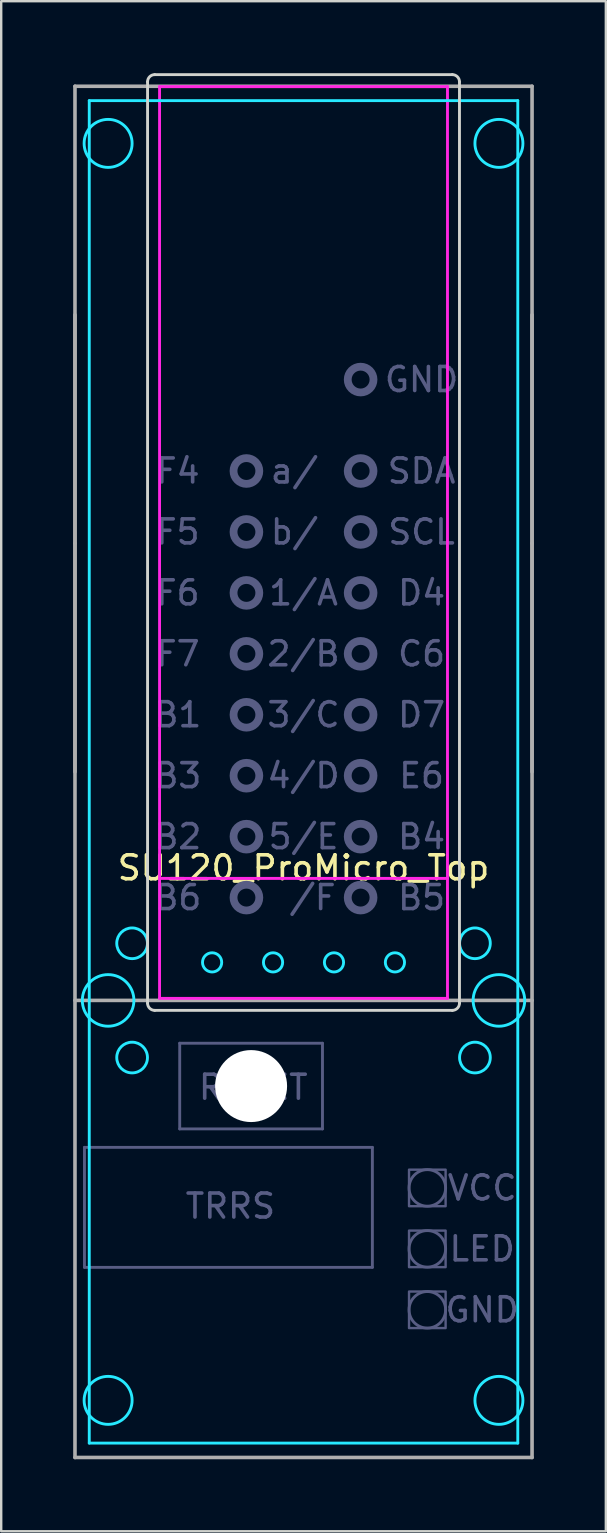
<source format=kicad_pcb>
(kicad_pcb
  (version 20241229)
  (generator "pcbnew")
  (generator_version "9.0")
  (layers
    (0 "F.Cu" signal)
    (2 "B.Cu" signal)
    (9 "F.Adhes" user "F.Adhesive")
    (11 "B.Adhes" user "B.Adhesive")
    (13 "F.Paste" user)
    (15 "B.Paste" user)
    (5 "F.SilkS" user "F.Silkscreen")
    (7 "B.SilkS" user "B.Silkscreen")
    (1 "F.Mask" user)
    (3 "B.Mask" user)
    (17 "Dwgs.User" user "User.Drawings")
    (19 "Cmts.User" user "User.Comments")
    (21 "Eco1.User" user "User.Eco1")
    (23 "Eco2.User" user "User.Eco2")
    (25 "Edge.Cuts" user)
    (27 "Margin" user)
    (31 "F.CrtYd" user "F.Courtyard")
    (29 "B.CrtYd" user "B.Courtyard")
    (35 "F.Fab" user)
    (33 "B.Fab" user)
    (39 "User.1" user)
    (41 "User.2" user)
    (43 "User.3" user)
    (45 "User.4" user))
  (footprint "SU120_ProMicro_Top"
    (layer "F.Cu")
    (at 9.6 29.12)
    (property "Reference" "SU120_ProMicro_Top" (at 0 4 0) (layer "F.SilkS") (effects (font (size 1 1) (thickness 0.15))))
    (attr through_hole)
    (fp_line (start -6.5 9.64) (end -6.5 -28.76) (stroke (width 0.12) (type solid)) (layer "Edge.Cuts"))
    (fp_line (start -6.2 -29.06) (end 6.2 -29.06) (stroke (width 0.12) (type solid)) (layer "Edge.Cuts"))
    (fp_line (start 6.2 9.94) (end -6.2 9.94) (stroke (width 0.12) (type solid)) (layer "Edge.Cuts"))
    (fp_line (start 6.5 -28.76) (end 6.5 9.64) (stroke (width 0.12) (type solid)) (layer "Edge.Cuts"))
    (fp_arc (start -6.5 -28.76) (mid -6.412132 -28.972132) (end -6.2 -29.06) (stroke (width 0.12) (type solid)) (layer "Edge.Cuts"))
    (fp_arc (start -6.2 9.94) (mid -6.412132 9.852132) (end -6.5 9.64) (stroke (width 0.12) (type solid)) (layer "Edge.Cuts"))
    (fp_arc (start 6.2 -29.06) (mid 6.412132 -28.972132) (end 6.5 -28.76) (stroke (width 0.12) (type solid)) (layer "Edge.Cuts"))
    (fp_arc (start 6.5 9.64) (mid 6.412132 9.852132) (end 6.2 9.94) (stroke (width 0.12) (type solid)) (layer "Edge.Cuts"))
    (fp_line (start -8.93 -27.975) (end 8.93 -27.975) (stroke (width 0.12) (type solid)) (layer "B.CrtYd"))
    (fp_line (start -8.93 27.975) (end -8.93 -27.975) (stroke (width 0.12) (type solid)) (layer "B.CrtYd"))
    (fp_line (start 8.93 -27.975) (end 8.93 27.975) (stroke (width 0.12) (type solid)) (layer "B.CrtYd"))
    (fp_line (start 8.93 27.975) (end -8.93 27.975) (stroke (width 0.12) (type solid)) (layer "B.CrtYd"))
    (fp_circle (center -8.144 -26.194) (end -7.144 -26.194) (stroke (width 0.12) (type solid)) (fill no) (layer "B.CrtYd"))
    (fp_circle (center -8.144 9.525) (end -7.069 9.525) (stroke (width 0.12) (type solid)) (fill no) (layer "B.CrtYd"))
    (fp_circle (center -8.144 26.194) (end -7.144 26.194) (stroke (width 0.12) (type solid)) (fill no) (layer "B.CrtYd"))
    (fp_circle (center -7.144 7.144) (end -6.504 7.144) (stroke (width 0.12) (type solid)) (fill no) (layer "B.CrtYd"))
    (fp_circle (center -7.144 11.906) (end -6.504 11.906) (stroke (width 0.12) (type solid)) (fill no) (layer "B.CrtYd"))
    (fp_circle (center -3.81 7.94) (end -3.41 7.94) (stroke (width 0.12) (type solid)) (fill no) (layer "B.CrtYd"))
    (fp_circle (center -1.27 7.94) (end -0.87 7.94) (stroke (width 0.12) (type solid)) (fill no) (layer "B.CrtYd"))
    (fp_circle (center 1.27 7.94) (end 1.67 7.94) (stroke (width 0.12) (type solid)) (fill no) (layer "B.CrtYd"))
    (fp_circle (center 3.81 7.94) (end 4.21 7.94) (stroke (width 0.12) (type solid)) (fill no) (layer "B.CrtYd"))
    (fp_circle (center 7.144 7.144) (end 7.784 7.144) (stroke (width 0.12) (type solid)) (fill no) (layer "B.CrtYd"))
    (fp_circle (center 7.144 11.906) (end 7.784 11.906) (stroke (width 0.12) (type solid)) (fill no) (layer "B.CrtYd"))
    (fp_circle (center 8.144 -26.194) (end 9.144 -26.194) (stroke (width 0.12) (type solid)) (fill no) (layer "B.CrtYd"))
    (fp_circle (center 8.144 9.525) (end 9.219 9.525) (stroke (width 0.12) (type solid)) (fill no) (layer "B.CrtYd"))
    (fp_circle (center 8.144 26.194) (end 9.144 26.194) (stroke (width 0.12) (type solid)) (fill no) (layer "B.CrtYd"))
    (fp_line (start -6 -28.56) (end -6 9.44) (stroke (width 0.12) (type solid)) (layer "F.CrtYd"))
    (fp_line (start -6 -28.56) (end 6 -28.56) (stroke (width 0.12) (type solid)) (layer "F.CrtYd"))
    (fp_line (start -6 4.44) (end 6 4.44) (stroke (width 0.12) (type solid)) (layer "F.CrtYd"))
    (fp_line (start -6 9.44) (end 6 9.44) (stroke (width 0.12) (type solid)) (layer "F.CrtYd"))
    (fp_line (start 6 9.44) (end 6 -28.56) (stroke (width 0.12) (type solid)) (layer "F.CrtYd"))
    (fp_line (start -9.13 15.65) (end 2.87 15.65) (stroke (width 0.12) (type solid)) (layer "B.Fab"))
    (fp_line (start -9.13 20.65) (end -9.13 15.65) (stroke (width 0.12) (type solid)) (layer "B.Fab"))
    (fp_line (start -5.16 11.31) (end 0.79 11.31) (stroke (width 0.12) (type solid)) (layer "B.Fab"))
    (fp_line (start -5.16 14.88) (end -5.16 11.31) (stroke (width 0.12) (type solid)) (layer "B.Fab"))
    (fp_line (start 0.79 11.31) (end 0.79 14.88) (stroke (width 0.12) (type solid)) (layer "B.Fab"))
    (fp_line (start 0.79 14.88) (end -5.16 14.88) (stroke (width 0.12) (type solid)) (layer "B.Fab"))
    (fp_line (start 2.87 15.65) (end 2.87 20.65) (stroke (width 0.12) (type solid)) (layer "B.Fab"))
    (fp_line (start 2.87 20.65) (end -9.13 20.65) (stroke (width 0.12) (type solid)) (layer "B.Fab"))
    (fp_circle (center -2.38 -12.54) (end -1.843 -12.54) (stroke (width 0.325) (type solid)) (fill no) (layer "B.Fab"))
    (fp_circle (center -2.38 -10) (end -1.843 -10) (stroke (width 0.325) (type solid)) (fill no) (layer "B.Fab"))
    (fp_circle (center -2.38 -7.46) (end -1.843 -7.46) (stroke (width 0.325) (type solid)) (fill no) (layer "B.Fab"))
    (fp_circle (center -2.38 -4.92) (end -1.843 -4.92) (stroke (width 0.325) (type solid)) (fill no) (layer "B.Fab"))
    (fp_circle (center -2.38 -2.38) (end -1.843 -2.38) (stroke (width 0.325) (type solid)) (fill no) (layer "B.Fab"))
    (fp_circle (center -2.38 0.16) (end -1.843 0.16) (stroke (width 0.325) (type solid)) (fill no) (layer "B.Fab"))
    (fp_circle (center -2.38 2.7) (end -1.843 2.7) (stroke (width 0.325) (type solid)) (fill no) (layer "B.Fab"))
    (fp_circle (center -2.38 5.24) (end -1.843 5.24) (stroke (width 0.325) (type solid)) (fill no) (layer "B.Fab"))
    (fp_circle (center 2.38 -16.35) (end 2.917 -16.35) (stroke (width 0.325) (type solid)) (fill no) (layer "B.Fab"))
    (fp_circle (center 2.38 -12.54) (end 2.917 -12.54) (stroke (width 0.325) (type solid)) (fill no) (layer "B.Fab"))
    (fp_circle (center 2.38 -10) (end 2.917 -10) (stroke (width 0.325) (type solid)) (fill no) (layer "B.Fab"))
    (fp_circle (center 2.38 -7.46) (end 2.917 -7.46) (stroke (width 0.325) (type solid)) (fill no) (layer "B.Fab"))
    (fp_circle (center 2.38 -4.92) (end 2.917 -4.92) (stroke (width 0.325) (type solid)) (fill no) (layer "B.Fab"))
    (fp_circle (center 2.38 -2.38) (end 2.917 -2.38) (stroke (width 0.325) (type solid)) (fill no) (layer "B.Fab"))
    (fp_circle (center 2.38 0.16) (end 2.917 0.16) (stroke (width 0.325) (type solid)) (fill no) (layer "B.Fab"))
    (fp_circle (center 2.38 2.7) (end 2.917 2.7) (stroke (width 0.325) (type solid)) (fill no) (layer "B.Fab"))
    (fp_circle (center 2.38 5.24) (end 2.917 5.24) (stroke (width 0.325) (type solid)) (fill no) (layer "B.Fab"))
    (fp_circle (center 5.16 17.34) (end 5.922 17.34) (stroke (width 0.12) (type solid)) (fill no) (layer "B.Fab"))
    (fp_circle (center 5.16 19.88) (end 5.922 19.88) (stroke (width 0.12) (type solid)) (fill no) (layer "B.Fab"))
    (fp_circle (center 5.16 22.42) (end 5.922 22.42) (stroke (width 0.12) (type solid)) (fill no) (layer "B.Fab"))
    (fp_poly (pts (xy 5.922 18.102) (xy 4.398 18.102) (xy 4.398 16.578) (xy 5.922 16.578)) (stroke (width 0.1) (type solid)) (fill no) (layer "B.Fab"))
    (fp_poly (pts (xy 5.922 20.642) (xy 4.398 20.642) (xy 4.398 19.118) (xy 5.922 19.118)) (stroke (width 0.1) (type solid)) (fill no) (layer "B.Fab"))
    (fp_poly (pts (xy 5.922 23.182) (xy 4.398 23.182) (xy 4.398 21.658) (xy 5.922 21.658)) (stroke (width 0.1) (type solid)) (fill no) (layer "B.Fab"))
    (fp_line (start -9.525 -28.575) (end -9.525 -9.525) (stroke (width 0.15) (type solid)) (layer "F.Fab"))
    (fp_line (start -9.525 -19.05) (end -9.525 0) (stroke (width 0.15) (type solid)) (layer "F.Fab"))
    (fp_line (start -9.525 -9.525) (end -9.525 28.575) (stroke (width 0.15) (type solid)) (layer "F.Fab"))
    (fp_line (start -9.525 9.525) (end 9.525 9.525) (stroke (width 0.15) (type solid)) (layer "F.Fab"))
    (fp_line (start -9.525 28.575) (end 9.525 28.575) (stroke (width 0.15) (type solid)) (layer "F.Fab"))
    (fp_line (start 9.525 -28.575) (end -9.525 -28.575) (stroke (width 0.15) (type solid)) (layer "F.Fab"))
    (fp_line (start 9.525 -9.525) (end 9.525 -28.575) (stroke (width 0.15) (type solid)) (layer "F.Fab"))
    (fp_line (start 9.525 0) (end 9.525 -19.05) (stroke (width 0.15) (type solid)) (layer "F.Fab"))
    (fp_line (start 9.525 28.575) (end 9.525 -9.525) (stroke (width 0.15) (type solid)) (layer "F.Fab"))
    (fp_text user "B1" (at -5.24 -2.38 0) (layer "B.Fab") (effects (font (size 1 1) (thickness 0.15))))
    (fp_text user "GND" (at 4.92 -16.35 0) (layer "B.Fab") (effects (font (size 1 1) (thickness 0.15))))
    (fp_text user "RESET" (at -2.095 13.145 0) (layer "B.Fab") (effects (font (size 1 1) (thickness 0.15))))
    (fp_text user "TRRS" (at -3.048 18.098 0) (layer "B.Fab") (effects (font (size 1 1) (thickness 0.15))))
    (fp_text user "4/D" (at 0 0.16 0) (layer "B.Fab") (effects (font (size 1 1) (thickness 0.15))))
    (fp_text user "D4" (at 4.92 -7.46 0) (layer "B.Fab") (effects (font (size 1 1) (thickness 0.15))))
    (fp_text user "SCL" (at 4.92 -10 0) (layer "B.Fab") (effects (font (size 1 1) (thickness 0.15))))
    (fp_text user " /F" (at 0 5.24 0) (layer "B.Fab") (effects (font (size 1 1) (thickness 0.15))))
    (fp_text user "a/ " (at 0 -12.54 0) (layer "B.Fab") (effects (font (size 1 1) (thickness 0.15))))
    (fp_text user "F7" (at -5.24 -4.92 0) (layer "B.Fab") (effects (font (size 1 1) (thickness 0.15))))
    (fp_text user "5/E" (at 0 2.7 0) (layer "B.Fab") (effects (font (size 1 1) (thickness 0.15))))
    (fp_text user "B2" (at -5.24 2.7 0) (layer "B.Fab") (effects (font (size 1 1) (thickness 0.15))))
    (fp_text user "B6" (at -5.24 5.24 0) (layer "B.Fab") (effects (font (size 1 1) (thickness 0.15))))
    (fp_text user "B4" (at 4.92 2.7 0) (layer "B.Fab") (effects (font (size 1 1) (thickness 0.15))))
    (fp_text user "F5" (at -5.24 -10 0) (layer "B.Fab") (effects (font (size 1 1) (thickness 0.15))))
    (fp_text user "3/C" (at 0 -2.38 0) (layer "B.Fab") (effects (font (size 1 1) (thickness 0.15))))
    (fp_text user "F6" (at -5.24 -7.46 0) (layer "B.Fab") (effects (font (size 1 1) (thickness 0.15))))
    (fp_text user "2/B" (at 0 -4.92 0) (layer "B.Fab") (effects (font (size 1 1) (thickness 0.15))))
    (fp_text user "B3" (at -5.24 0.16 0) (layer "B.Fab") (effects (font (size 1 1) (thickness 0.15))))
    (fp_text user "VCC" (at 7.446 17.34 0) (layer "B.Fab") (effects (font (size 1 1) (thickness 0.15))))
    (fp_text user "LED" (at 7.446 19.88 0) (layer "B.Fab") (effects (font (size 1 1) (thickness 0.15))))
    (fp_text user "F4" (at -5.24 -12.54 0) (layer "B.Fab") (effects (font (size 1 1) (thickness 0.15))))
    (fp_text user "SDA" (at 4.92 -12.54 0) (layer "B.Fab") (effects (font (size 1 1) (thickness 0.15))))
    (fp_text user "B5" (at 4.92 5.24 0) (layer "B.Fab") (effects (font (size 1 1) (thickness 0.15))))
    (fp_text user "GND" (at 7.446 22.42 0) (layer "B.Fab") (effects (font (size 1 1) (thickness 0.15))))
    (fp_text user "b/ " (at 0 -10 0) (layer "B.Fab") (effects (font (size 1 1) (thickness 0.15))))
    (fp_text user "1/A" (at 0 -7.46 0) (layer "B.Fab") (effects (font (size 1 1) (thickness 0.15))))
    (fp_text user "D7" (at 4.92 -2.38 0) (layer "B.Fab") (effects (font (size 1 1) (thickness 0.15))))
    (fp_text user "E6" (at 4.92 0.16 0) (layer "B.Fab") (effects (font (size 1 1) (thickness 0.15))))
    (fp_text user "C6" (at 4.92 -4.92 0) (layer "B.Fab") (effects (font (size 1 1) (thickness 0.15))))
    (pad "" np_thru_hole circle (at -2.185 13.095) (size 3 3) (drill 3) (layers "*.Cu" "*.Mask")))
  (gr_rect
    (start -3 -3)
    (end 22.2 60.77)
    (stroke (width 0.1) (type default))
    (fill no)
    (layer "Edge.Cuts")))
</source>
